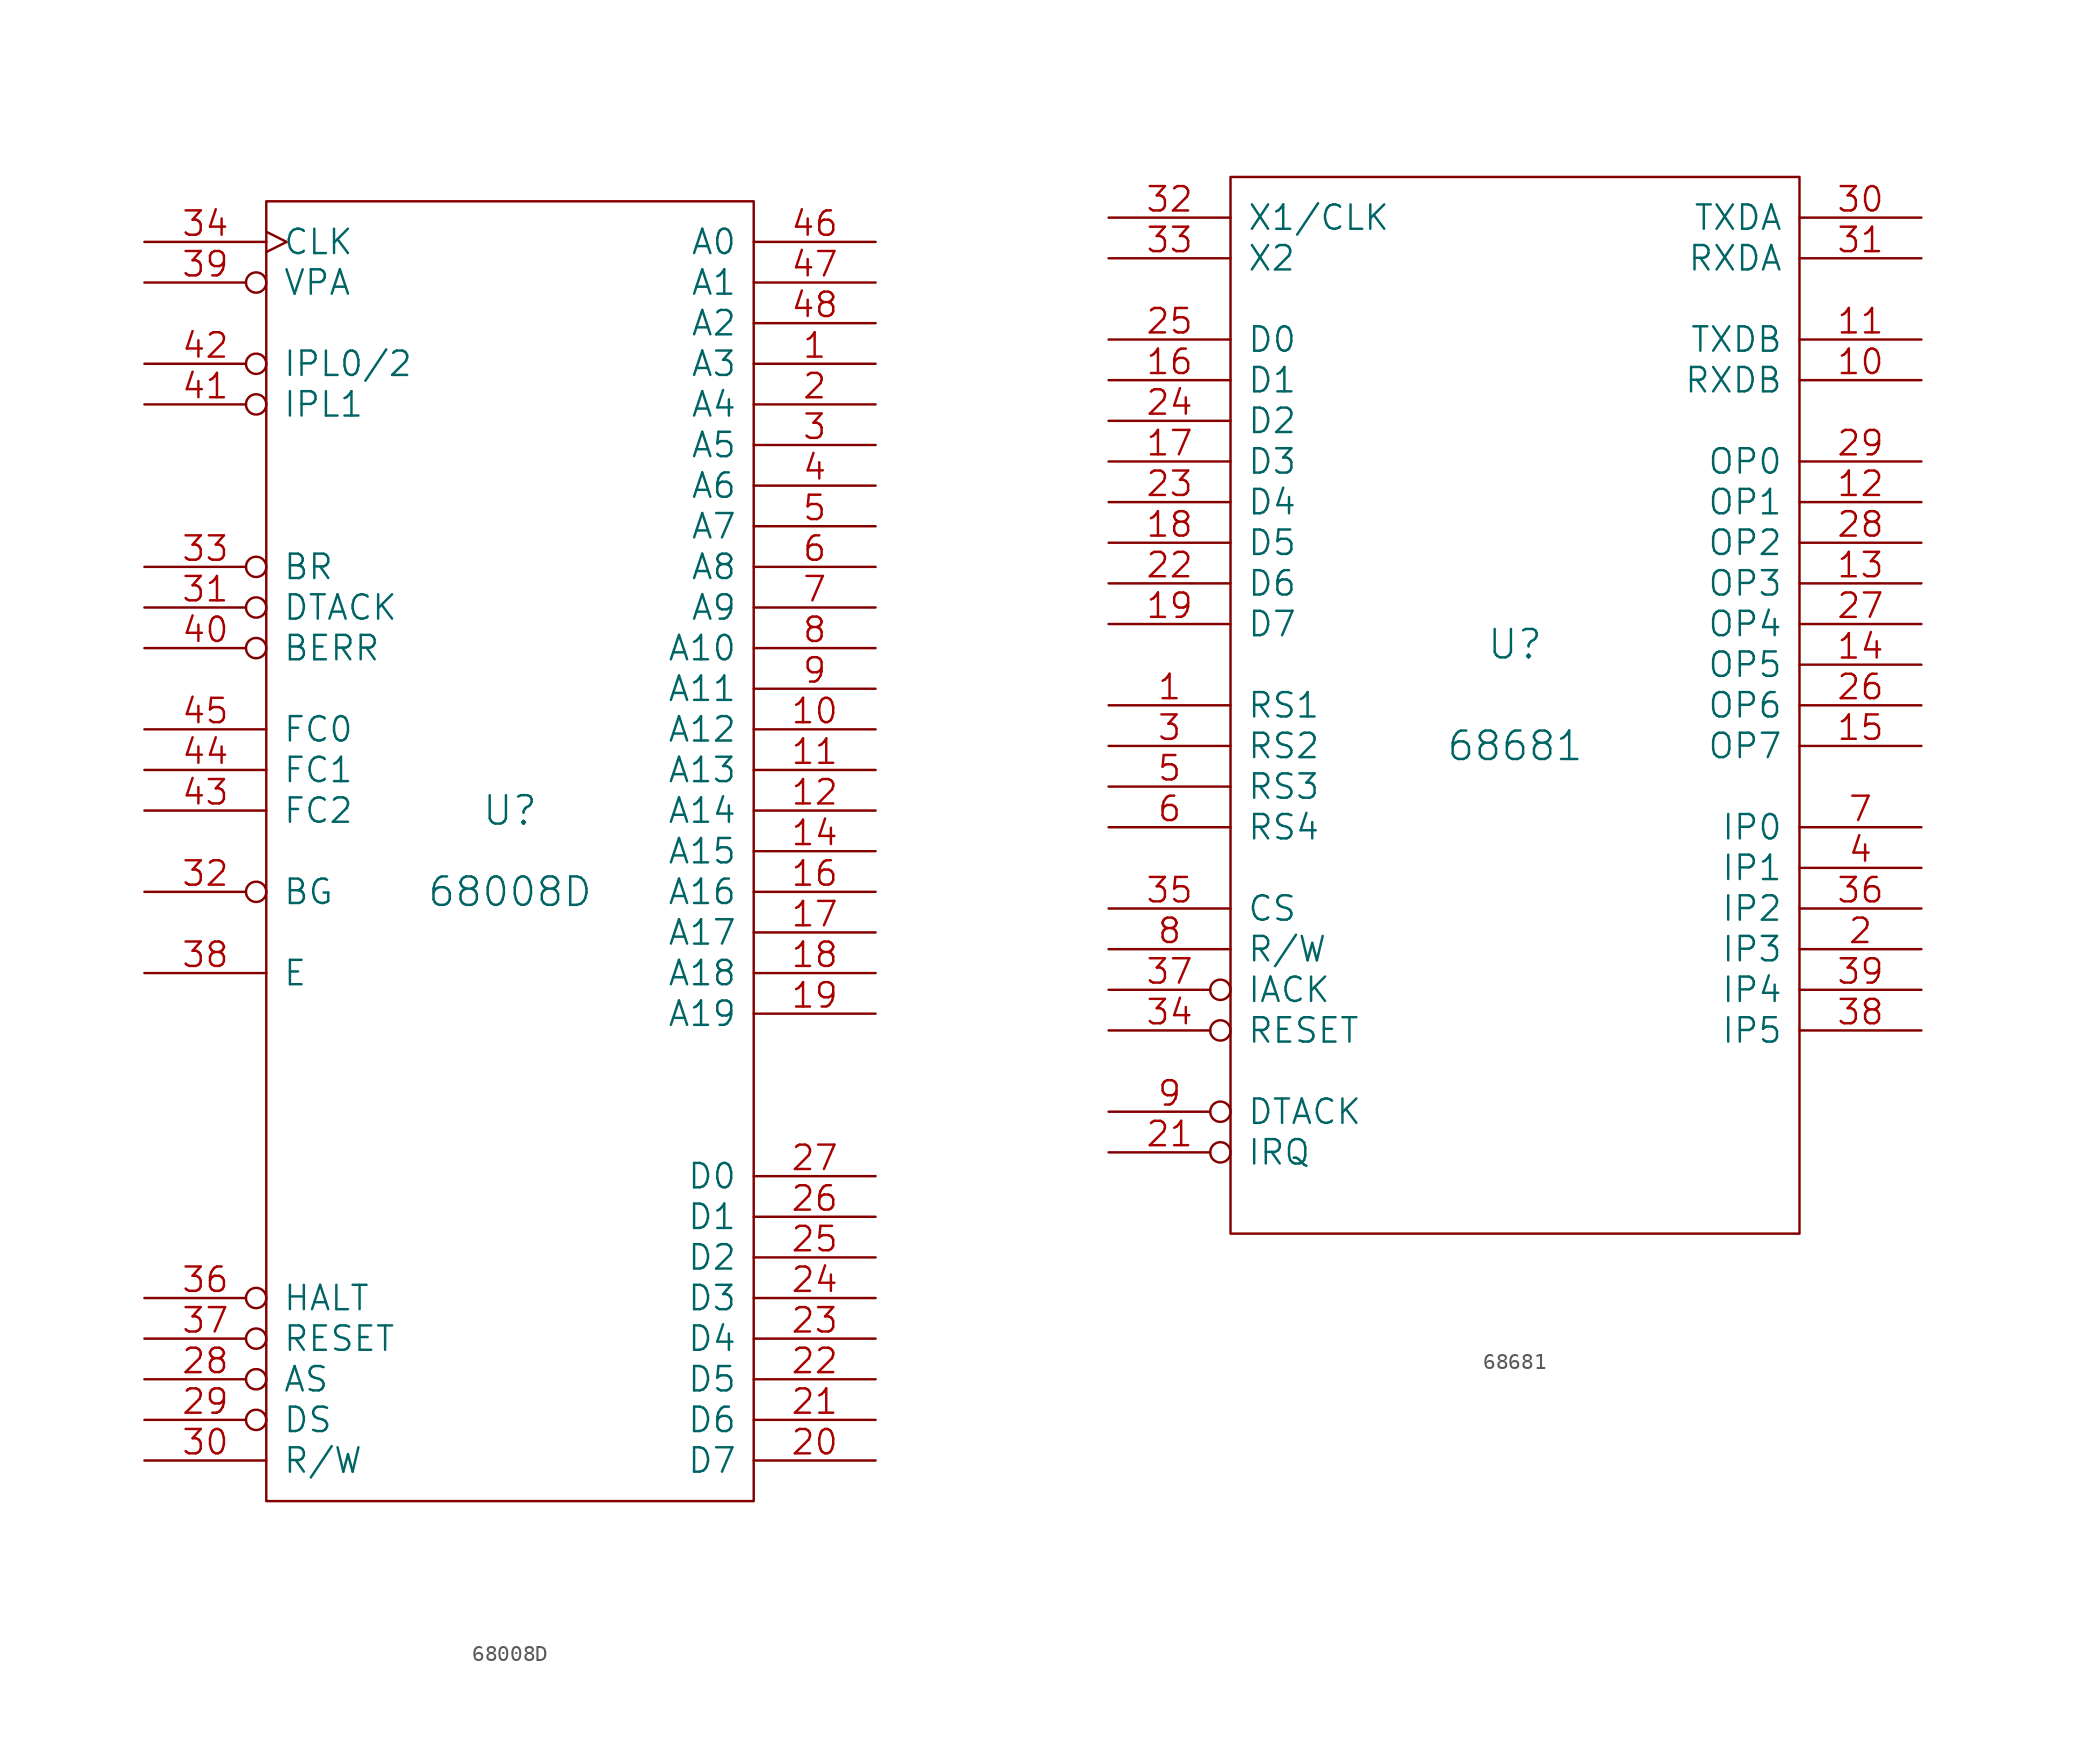
<source format=kicad_sym>
(kicad_symbol_lib
  (version 20211014)
  (generator kicad_symbol_editor)
  (symbol "68008D"
    (pin_names
      (offset 1.016))
    (property "Reference" "U"
      (at 0 2.54 0)
      (effects (font (size 1.778 1.778))))
    (property "Value" "68008D"
      (at 0 -2.54 0)
      (effects (font (size 1.778 1.778))))
    (property "Footprint" ""
      (at 0 0 0)
      (effects (font (size 1.524 1.524))))
    (property "Datasheet" ""
      (at 0 0 0)
      (effects (font (size 1.524 1.524))))
    (symbol "68008D_0_1"
      (rectangle (start -15.24 -40.64) (end 15.24 40.64) (stroke (width 0) (type default) (color 0 0 0 0)) (fill (type none))))
    (symbol "68008D_1_1"
      (pin tri_state line (at 22.86 30.48 180) (length 7.62) (name "A3" (effects (font (size 1.524 1.524)))) (number "1" (effects (font (size 1.524 1.524)))))
      (pin tri_state line (at 22.86 7.62 180) (length 7.62) (name "A12" (effects (font (size 1.524 1.524)))) (number "10" (effects (font (size 1.524 1.524)))))
      (pin tri_state line (at 22.86 5.08 180) (length 7.62) (name "A13" (effects (font (size 1.524 1.524)))) (number "11" (effects (font (size 1.524 1.524)))))
      (pin tri_state line (at 22.86 2.54 180) (length 7.62) (name "A14" (effects (font (size 1.524 1.524)))) (number "12" (effects (font (size 1.524 1.524)))))
      (pin power_in line (at 0 40.64 270) (length 0) hide (name "VCC" (effects (font (size 1.524 1.524)))) (number "13" (effects (font (size 1.524 1.524)))))
      (pin tri_state line (at 22.86 0 180) (length 7.62) (name "A15" (effects (font (size 1.524 1.524)))) (number "14" (effects (font (size 1.524 1.524)))))
      (pin power_in line (at 1.27 -40.64 90) (length 0) hide (name "GND" (effects (font (size 1.524 1.524)))) (number "15" (effects (font (size 1.524 1.524)))))
      (pin tri_state line (at 22.86 -2.54 180) (length 7.62) (name "A16" (effects (font (size 1.524 1.524)))) (number "16" (effects (font (size 1.524 1.524)))))
      (pin tri_state line (at 22.86 -5.08 180) (length 7.62) (name "A17" (effects (font (size 1.524 1.524)))) (number "17" (effects (font (size 1.524 1.524)))))
      (pin tri_state line (at 22.86 -7.62 180) (length 7.62) (name "A18" (effects (font (size 1.524 1.524)))) (number "18" (effects (font (size 1.524 1.524)))))
      (pin tri_state line (at 22.86 -10.16 180) (length 7.62) (name "A19" (effects (font (size 1.524 1.524)))) (number "19" (effects (font (size 1.524 1.524)))))
      (pin tri_state line (at 22.86 27.94 180) (length 7.62) (name "A4" (effects (font (size 1.524 1.524)))) (number "2" (effects (font (size 1.524 1.524)))))
      (pin tri_state line (at 22.86 -38.1 180) (length 7.62) (name "D7" (effects (font (size 1.524 1.524)))) (number "20" (effects (font (size 1.524 1.524)))))
      (pin tri_state line (at 22.86 -35.56 180) (length 7.62) (name "D6" (effects (font (size 1.524 1.524)))) (number "21" (effects (font (size 1.524 1.524)))))
      (pin tri_state line (at 22.86 -33.02 180) (length 7.62) (name "D5" (effects (font (size 1.524 1.524)))) (number "22" (effects (font (size 1.524 1.524)))))
      (pin tri_state line (at 22.86 -30.48 180) (length 7.62) (name "D4" (effects (font (size 1.524 1.524)))) (number "23" (effects (font (size 1.524 1.524)))))
      (pin tri_state line (at 22.86 -27.94 180) (length 7.62) (name "D3" (effects (font (size 1.524 1.524)))) (number "24" (effects (font (size 1.524 1.524)))))
      (pin tri_state line (at 22.86 -25.4 180) (length 7.62) (name "D2" (effects (font (size 1.524 1.524)))) (number "25" (effects (font (size 1.524 1.524)))))
      (pin tri_state line (at 22.86 -22.86 180) (length 7.62) (name "D1" (effects (font (size 1.524 1.524)))) (number "26" (effects (font (size 1.524 1.524)))))
      (pin tri_state line (at 22.86 -20.32 180) (length 7.62) (name "D0" (effects (font (size 1.524 1.524)))) (number "27" (effects (font (size 1.524 1.524)))))
      (pin tri_state inverted (at -22.86 -33.02 0) (length 7.62) (name "AS" (effects (font (size 1.524 1.524)))) (number "28" (effects (font (size 1.524 1.524)))))
      (pin tri_state inverted (at -22.86 -35.56 0) (length 7.62) (name "DS" (effects (font (size 1.524 1.524)))) (number "29" (effects (font (size 1.524 1.524)))))
      (pin tri_state line (at 22.86 25.4 180) (length 7.62) (name "A5" (effects (font (size 1.524 1.524)))) (number "3" (effects (font (size 1.524 1.524)))))
      (pin tri_state line (at -22.86 -38.1 0) (length 7.62) (name "R/W" (effects (font (size 1.524 1.524)))) (number "30" (effects (font (size 1.524 1.524)))))
      (pin input inverted (at -22.86 15.24 0) (length 7.62) (name "DTACK" (effects (font (size 1.524 1.524)))) (number "31" (effects (font (size 1.524 1.524)))))
      (pin output inverted (at -22.86 -2.54 0) (length 7.62) (name "BG" (effects (font (size 1.524 1.524)))) (number "32" (effects (font (size 1.524 1.524)))))
      (pin input inverted (at -22.86 17.78 0) (length 7.62) (name "BR" (effects (font (size 1.524 1.524)))) (number "33" (effects (font (size 1.524 1.524)))))
      (pin input clock (at -22.86 38.1 0) (length 7.62) (name "CLK" (effects (font (size 1.524 1.524)))) (number "34" (effects (font (size 1.524 1.524)))))
      (pin power_in line (at -1.27 -40.64 90) (length 0) hide (name "GND" (effects (font (size 1.524 1.524)))) (number "35" (effects (font (size 1.524 1.524)))))
      (pin bidirectional inverted (at -22.86 -27.94 0) (length 7.62) (name "HALT" (effects (font (size 1.524 1.524)))) (number "36" (effects (font (size 1.524 1.524)))))
      (pin bidirectional inverted (at -22.86 -30.48 0) (length 7.62) (name "RESET" (effects (font (size 1.524 1.524)))) (number "37" (effects (font (size 1.524 1.524)))))
      (pin output line (at -22.86 -7.62 0) (length 7.62) (name "E" (effects (font (size 1.524 1.524)))) (number "38" (effects (font (size 1.524 1.524)))))
      (pin input inverted (at -22.86 35.56 0) (length 7.62) (name "VPA" (effects (font (size 1.524 1.524)))) (number "39" (effects (font (size 1.524 1.524)))))
      (pin tri_state line (at 22.86 22.86 180) (length 7.62) (name "A6" (effects (font (size 1.524 1.524)))) (number "4" (effects (font (size 1.524 1.524)))))
      (pin input inverted (at -22.86 12.7 0) (length 7.62) (name "BERR" (effects (font (size 1.524 1.524)))) (number "40" (effects (font (size 1.524 1.524)))))
      (pin input inverted (at -22.86 27.94 0) (length 7.62) (name "IPL1" (effects (font (size 1.524 1.524)))) (number "41" (effects (font (size 1.524 1.524)))))
      (pin input inverted (at -22.86 30.48 0) (length 7.62) (name "IPL0/2" (effects (font (size 1.524 1.524)))) (number "42" (effects (font (size 1.524 1.524)))))
      (pin output line (at -22.86 2.54 0) (length 7.62) (name "FC2" (effects (font (size 1.524 1.524)))) (number "43" (effects (font (size 1.524 1.524)))))
      (pin output line (at -22.86 5.08 0) (length 7.62) (name "FC1" (effects (font (size 1.524 1.524)))) (number "44" (effects (font (size 1.524 1.524)))))
      (pin output line (at -22.86 7.62 0) (length 7.62) (name "FC0" (effects (font (size 1.524 1.524)))) (number "45" (effects (font (size 1.524 1.524)))))
      (pin tri_state line (at 22.86 38.1 180) (length 7.62) (name "A0" (effects (font (size 1.524 1.524)))) (number "46" (effects (font (size 1.524 1.524)))))
      (pin tri_state line (at 22.86 35.56 180) (length 7.62) (name "A1" (effects (font (size 1.524 1.524)))) (number "47" (effects (font (size 1.524 1.524)))))
      (pin tri_state line (at 22.86 33.02 180) (length 7.62) (name "A2" (effects (font (size 1.524 1.524)))) (number "48" (effects (font (size 1.524 1.524)))))
      (pin tri_state line (at 22.86 20.32 180) (length 7.62) (name "A7" (effects (font (size 1.524 1.524)))) (number "5" (effects (font (size 1.524 1.524)))))
      (pin tri_state line (at 22.86 17.78 180) (length 7.62) (name "A8" (effects (font (size 1.524 1.524)))) (number "6" (effects (font (size 1.524 1.524)))))
      (pin tri_state line (at 22.86 15.24 180) (length 7.62) (name "A9" (effects (font (size 1.524 1.524)))) (number "7" (effects (font (size 1.524 1.524)))))
      (pin tri_state line (at 22.86 12.7 180) (length 7.62) (name "A10" (effects (font (size 1.524 1.524)))) (number "8" (effects (font (size 1.524 1.524)))))
      (pin tri_state line (at 22.86 10.16 180) (length 7.62) (name "A11" (effects (font (size 1.524 1.524)))) (number "9" (effects (font (size 1.524 1.524)))))))
  (symbol "68681"
    (pin_names
      (offset 1.016))
    (property "Reference" "U"
      (at 0 3.81 0)
      (effects (font (size 1.778 1.778))))
    (property "Value" "68681"
      (at 0 -2.54 0)
      (effects (font (size 1.778 1.778))))
    (property "Footprint" ""
      (at 0 0 0)
      (effects (font (size 1.524 1.524))))
    (property "Datasheet" ""
      (at 0 0 0)
      (effects (font (size 1.524 1.524))))
    (symbol "68681_0_1"
      (rectangle (start -17.78 -33.02) (end 17.78 33.02) (stroke (width 0) (type default) (color 0 0 0 0)) (fill (type none))))
    (symbol "68681_1_1"
      (pin input line (at -25.4 0 0) (length 7.62) (name "RS1" (effects (font (size 1.524 1.524)))) (number "1" (effects (font (size 1.524 1.524)))))
      (pin input line (at 25.4 20.32 180) (length 7.62) (name "RXDB" (effects (font (size 1.524 1.524)))) (number "10" (effects (font (size 1.524 1.524)))))
      (pin output line (at 25.4 22.86 180) (length 7.62) (name "TXDB" (effects (font (size 1.524 1.524)))) (number "11" (effects (font (size 1.524 1.524)))))
      (pin output line (at 25.4 12.7 180) (length 7.62) (name "OP1" (effects (font (size 1.524 1.524)))) (number "12" (effects (font (size 1.524 1.524)))))
      (pin output line (at 25.4 7.62 180) (length 7.62) (name "OP3" (effects (font (size 1.524 1.524)))) (number "13" (effects (font (size 1.524 1.524)))))
      (pin output line (at 25.4 2.54 180) (length 7.62) (name "OP5" (effects (font (size 1.524 1.524)))) (number "14" (effects (font (size 1.524 1.524)))))
      (pin output line (at 25.4 -2.54 180) (length 7.62) (name "OP7" (effects (font (size 1.524 1.524)))) (number "15" (effects (font (size 1.524 1.524)))))
      (pin tri_state line (at -25.4 20.32 0) (length 7.62) (name "D1" (effects (font (size 1.524 1.524)))) (number "16" (effects (font (size 1.524 1.524)))))
      (pin tri_state line (at -25.4 15.24 0) (length 7.62) (name "D3" (effects (font (size 1.524 1.524)))) (number "17" (effects (font (size 1.524 1.524)))))
      (pin tri_state line (at -25.4 10.16 0) (length 7.62) (name "D5" (effects (font (size 1.524 1.524)))) (number "18" (effects (font (size 1.524 1.524)))))
      (pin tri_state line (at -25.4 5.08 0) (length 7.62) (name "D7" (effects (font (size 1.524 1.524)))) (number "19" (effects (font (size 1.524 1.524)))))
      (pin input line (at 25.4 -15.24 180) (length 7.62) (name "IP3" (effects (font (size 1.524 1.524)))) (number "2" (effects (font (size 1.524 1.524)))))
      (pin power_in line (at 0 -33.02 90) (length 0) hide (name "GND" (effects (font (size 1.524 1.524)))) (number "20" (effects (font (size 1.524 1.524)))))
      (pin output inverted (at -25.4 -27.94 0) (length 7.62) (name "IRQ" (effects (font (size 1.524 1.524)))) (number "21" (effects (font (size 1.524 1.524)))))
      (pin tri_state line (at -25.4 7.62 0) (length 7.62) (name "D6" (effects (font (size 1.524 1.524)))) (number "22" (effects (font (size 1.524 1.524)))))
      (pin tri_state line (at -25.4 12.7 0) (length 7.62) (name "D4" (effects (font (size 1.524 1.524)))) (number "23" (effects (font (size 1.524 1.524)))))
      (pin tri_state line (at -25.4 17.78 0) (length 7.62) (name "D2" (effects (font (size 1.524 1.524)))) (number "24" (effects (font (size 1.524 1.524)))))
      (pin tri_state line (at -25.4 22.86 0) (length 7.62) (name "D0" (effects (font (size 1.524 1.524)))) (number "25" (effects (font (size 1.524 1.524)))))
      (pin output line (at 25.4 0 180) (length 7.62) (name "OP6" (effects (font (size 1.524 1.524)))) (number "26" (effects (font (size 1.524 1.524)))))
      (pin output line (at 25.4 5.08 180) (length 7.62) (name "OP4" (effects (font (size 1.524 1.524)))) (number "27" (effects (font (size 1.524 1.524)))))
      (pin output line (at 25.4 10.16 180) (length 7.62) (name "OP2" (effects (font (size 1.524 1.524)))) (number "28" (effects (font (size 1.524 1.524)))))
      (pin output line (at 25.4 15.24 180) (length 7.62) (name "OP0" (effects (font (size 1.524 1.524)))) (number "29" (effects (font (size 1.524 1.524)))))
      (pin input line (at -25.4 -2.54 0) (length 7.62) (name "RS2" (effects (font (size 1.524 1.524)))) (number "3" (effects (font (size 1.524 1.524)))))
      (pin output line (at 25.4 30.48 180) (length 7.62) (name "TXDA" (effects (font (size 1.524 1.524)))) (number "30" (effects (font (size 1.524 1.524)))))
      (pin input line (at 25.4 27.94 180) (length 7.62) (name "RXDA" (effects (font (size 1.524 1.524)))) (number "31" (effects (font (size 1.524 1.524)))))
      (pin input line (at -25.4 30.48 0) (length 7.62) (name "X1/CLK" (effects (font (size 1.524 1.524)))) (number "32" (effects (font (size 1.524 1.524)))))
      (pin input line (at -25.4 27.94 0) (length 7.62) (name "X2" (effects (font (size 1.524 1.524)))) (number "33" (effects (font (size 1.524 1.524)))))
      (pin input inverted (at -25.4 -20.32 0) (length 7.62) (name "RESET" (effects (font (size 1.524 1.524)))) (number "34" (effects (font (size 1.524 1.524)))))
      (pin input line (at -25.4 -12.7 0) (length 7.62) (name "CS" (effects (font (size 1.524 1.524)))) (number "35" (effects (font (size 1.524 1.524)))))
      (pin input line (at 25.4 -12.7 180) (length 7.62) (name "IP2" (effects (font (size 1.524 1.524)))) (number "36" (effects (font (size 1.524 1.524)))))
      (pin input inverted (at -25.4 -17.78 0) (length 7.62) (name "IACK" (effects (font (size 1.524 1.524)))) (number "37" (effects (font (size 1.524 1.524)))))
      (pin input line (at 25.4 -20.32 180) (length 7.62) (name "IP5" (effects (font (size 1.524 1.524)))) (number "38" (effects (font (size 1.524 1.524)))))
      (pin input line (at 25.4 -17.78 180) (length 7.62) (name "IP4" (effects (font (size 1.524 1.524)))) (number "39" (effects (font (size 1.524 1.524)))))
      (pin input line (at 25.4 -10.16 180) (length 7.62) (name "IP1" (effects (font (size 1.524 1.524)))) (number "4" (effects (font (size 1.524 1.524)))))
      (pin power_in line (at 0 33.02 270) (length 0) hide (name "VCC" (effects (font (size 1.524 1.524)))) (number "40" (effects (font (size 1.524 1.524)))))
      (pin input line (at -25.4 -5.08 0) (length 7.62) (name "RS3" (effects (font (size 1.524 1.524)))) (number "5" (effects (font (size 1.524 1.524)))))
      (pin input line (at -25.4 -7.62 0) (length 7.62) (name "RS4" (effects (font (size 1.524 1.524)))) (number "6" (effects (font (size 1.524 1.524)))))
      (pin input line (at 25.4 -7.62 180) (length 7.62) (name "IP0" (effects (font (size 1.524 1.524)))) (number "7" (effects (font (size 1.524 1.524)))))
      (pin input line (at -25.4 -15.24 0) (length 7.62) (name "R/W" (effects (font (size 1.524 1.524)))) (number "8" (effects (font (size 1.524 1.524)))))
      (pin open_collector inverted (at -25.4 -25.4 0) (length 7.62) (name "DTACK" (effects (font (size 1.524 1.524)))) (number "9" (effects (font (size 1.524 1.524))))))))
</source>
